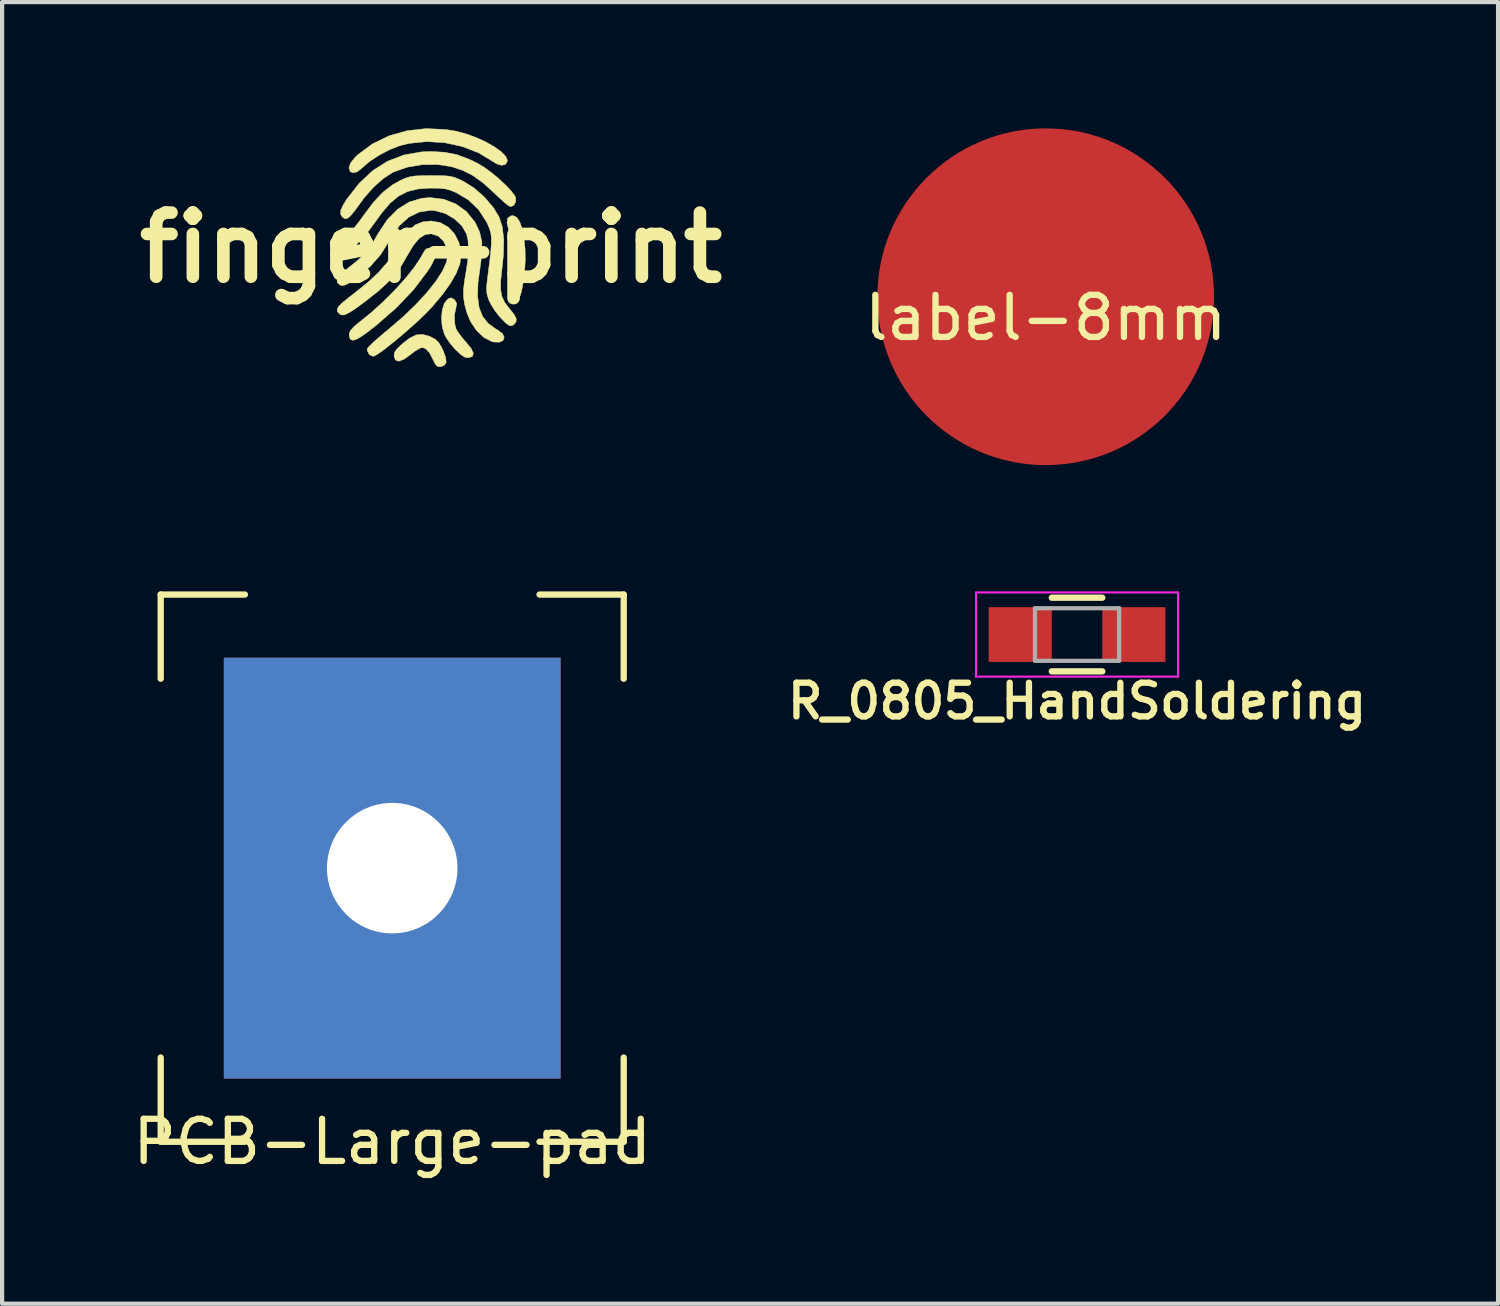
<source format=kicad_pcb>
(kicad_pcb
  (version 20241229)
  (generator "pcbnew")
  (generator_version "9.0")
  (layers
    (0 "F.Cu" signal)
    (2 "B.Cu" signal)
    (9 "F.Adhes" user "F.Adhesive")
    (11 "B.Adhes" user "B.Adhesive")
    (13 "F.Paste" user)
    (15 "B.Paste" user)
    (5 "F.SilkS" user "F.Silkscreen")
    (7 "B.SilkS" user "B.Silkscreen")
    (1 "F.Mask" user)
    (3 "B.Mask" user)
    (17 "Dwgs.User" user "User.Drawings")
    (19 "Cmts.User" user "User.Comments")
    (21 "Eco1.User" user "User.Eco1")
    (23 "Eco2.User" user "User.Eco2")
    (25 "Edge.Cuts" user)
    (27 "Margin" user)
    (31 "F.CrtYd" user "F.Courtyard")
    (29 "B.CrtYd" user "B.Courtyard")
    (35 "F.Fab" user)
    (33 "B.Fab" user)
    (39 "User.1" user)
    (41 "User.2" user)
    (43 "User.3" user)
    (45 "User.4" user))
  (footprint "R_0805_HandSoldering"
    (layer "F.Cu")
    (at 22.538 12.025)
    (property "Reference" "R_0805_HandSoldering" (at 0 1.582 0) (layer "F.SilkS") (effects (font (size 0.8 0.8) (thickness 0.15))))
    (attr smd)
    (fp_line (start -0.6 -0.875) (end 0.6 -0.875) (stroke (width 0.15) (type solid)) (layer "F.SilkS"))
    (fp_line (start 0.6 0.875) (end -0.6 0.875) (stroke (width 0.15) (type solid)) (layer "F.SilkS"))
    (fp_line (start -2.4 -1) (end -2.4 1) (stroke (width 0.05) (type solid)) (layer "F.CrtYd"))
    (fp_line (start -2.4 -1) (end 2.4 -1) (stroke (width 0.05) (type solid)) (layer "F.CrtYd"))
    (fp_line (start -2.4 1) (end 2.4 1) (stroke (width 0.05) (type solid)) (layer "F.CrtYd"))
    (fp_line (start 2.4 -1) (end 2.4 1) (stroke (width 0.05) (type solid)) (layer "F.CrtYd"))
    (fp_line (start -1 -0.625) (end 1 -0.625) (stroke (width 0.1) (type solid)) (layer "F.Fab"))
    (fp_line (start -1 0.625) (end -1 -0.625) (stroke (width 0.1) (type solid)) (layer "F.Fab"))
    (fp_line (start 1 -0.625) (end 1 0.625) (stroke (width 0.1) (type solid)) (layer "F.Fab"))
    (fp_line (start 1 0.625) (end -1 0.625) (stroke (width 0.1) (type solid)) (layer "F.Fab"))
    (pad "1" smd rect (at -1.35 0) (size 1.5 1.3) (layers "F.Cu" "F.Mask" "F.Paste"))
    (pad "2" smd rect (at 1.35 0) (size 1.5 1.3) (layers "F.Cu" "F.Mask" "F.Paste")))
  (footprint "finger-print"
    (layer "F.Cu")
    (at 7.192 2.835)
    (property "Reference" "finger-print" (at 0 0 0) (layer "F.SilkS") (effects (font (size 1.524 1.524) (thickness 0.3))))
    (attr through_hole)
    (fp_poly (pts (xy 0.535 1.221) (xy 0.567 1.25) (xy 0.609 1.326) (xy 0.591 1.422) (xy 0.554 1.604) (xy 0.562 1.804) (xy 0.592 1.925) (xy 0.643 2.013) (xy 0.733 2.132) (xy 0.828 2.242) (xy 0.953 2.396) (xy 1.004 2.509) (xy 0.98 2.583) (xy 0.889 2.616) (xy 0.807 2.604) (xy 0.711 2.543) (xy 0.584 2.425) (xy 0.467 2.291) (xy 0.366 2.149) (xy 0.314 2.053) (xy 0.262 1.867) (xy 0.246 1.667) (xy 0.265 1.477) (xy 0.316 1.319) (xy 0.397 1.219) (xy 0.398 1.218) (xy 0.469 1.189) (xy 0.535 1.221)) (stroke (width 0.01) (type solid)) (fill yes) (layer "F.SilkS"))
    (fp_poly (pts (xy 2.036 -0.722) (xy 2.108 -0.61) (xy 2.166 -0.439) (xy 2.208 -0.22) (xy 2.233 0.035) (xy 2.237 0.312) (xy 2.219 0.6) (xy 2.197 0.775) (xy 2.168 0.936) (xy 2.138 1.071) (xy 2.112 1.152) (xy 2.111 1.154) (xy 2.037 1.217) (xy 1.94 1.218) (xy 1.867 1.169) (xy 1.841 1.105) (xy 1.847 0.998) (xy 1.866 0.904) (xy 1.897 0.705) (xy 1.913 0.461) (xy 1.915 0.198) (xy 1.902 -0.057) (xy 1.876 -0.277) (xy 1.844 -0.417) (xy 1.803 -0.589) (xy 1.818 -0.7) (xy 1.889 -0.755) (xy 1.951 -0.762) (xy 2.036 -0.722)) (stroke (width 0.01) (type solid)) (fill yes) (layer "F.SilkS"))
    (fp_poly (pts (xy -0.053 2.099) (xy -0.021 2.112) (xy 0.097 2.174) (xy 0.178 2.25) (xy 0.249 2.368) (xy 0.283 2.439) (xy 0.348 2.612) (xy 0.357 2.729) (xy 0.308 2.799) (xy 0.217 2.829) (xy 0.148 2.819) (xy 0.093 2.755) (xy 0.058 2.681) (xy -0.037 2.497) (xy -0.137 2.394) (xy -0.214 2.371) (xy -0.283 2.396) (xy -0.391 2.463) (xy -0.493 2.541) (xy -0.653 2.655) (xy -0.772 2.697) (xy -0.849 2.667) (xy -0.881 2.577) (xy -0.873 2.498) (xy -0.821 2.415) (xy -0.712 2.307) (xy -0.697 2.294) (xy -0.514 2.15) (xy -0.358 2.073) (xy -0.21 2.058) (xy -0.053 2.099)) (stroke (width 0.01) (type solid)) (fill yes) (layer "F.SilkS"))
    (fp_poly (pts (xy -0.008 0.008) (xy 0.085 0.042) (xy 0.119 0.117) (xy 0.093 0.24) (xy 0.007 0.413) (xy -0.08 0.552) (xy -0.414 0.994) (xy -0.831 1.432) (xy -1.305 1.844) (xy -1.512 2.006) (xy -1.667 2.115) (xy -1.778 2.178) (xy -1.855 2.199) (xy -1.908 2.182) (xy -1.919 2.173) (xy -1.942 2.112) (xy -1.947 2.049) (xy -1.92 1.972) (xy -1.833 1.875) (xy -1.683 1.751) (xy -1.403 1.524) (xy -1.123 1.269) (xy -0.855 1) (xy -0.612 0.731) (xy -0.409 0.478) (xy -0.257 0.252) (xy -0.215 0.177) (xy -0.151 0.065) (xy -0.094 0.015) (xy -0.021 0.007) (xy -0.008 0.008)) (stroke (width 0.01) (type solid)) (fill yes) (layer "F.SilkS"))
    (fp_poly (pts (xy 0.351 -2.808) (xy 0.584 -2.77) (xy 0.828 -2.706) (xy 1.07 -2.618) (xy 1.299 -2.513) (xy 1.5 -2.399) (xy 1.662 -2.284) (xy 1.77 -2.174) (xy 1.813 -2.077) (xy 1.812 -2.059) (xy 1.768 -1.98) (xy 1.677 -1.957) (xy 1.556 -1.993) (xy 1.472 -2.046) (xy 1.128 -2.254) (xy 0.737 -2.405) (xy 0.321 -2.495) (xy -0.104 -2.521) (xy -0.518 -2.479) (xy -0.746 -2.423) (xy -0.988 -2.328) (xy -1.238 -2.196) (xy -1.467 -2.045) (xy -1.643 -1.893) (xy -1.648 -1.887) (xy -1.758 -1.802) (xy -1.86 -1.778) (xy -1.919 -1.806) (xy -1.953 -1.894) (xy -1.913 -2.012) (xy -1.802 -2.151) (xy -1.741 -2.21) (xy -1.394 -2.466) (xy -1.001 -2.657) (xy -0.572 -2.779) (xy -0.118 -2.83) (xy 0.351 -2.808)) (stroke (width 0.01) (type solid)) (fill yes) (layer "F.SilkS"))
    (fp_poly (pts (xy 0.322 -2.268) (xy 0.613 -2.21) (xy 0.906 -2.101) (xy 1.112 -2.001) (xy 1.267 -1.906) (xy 1.44 -1.779) (xy 1.615 -1.633) (xy 1.776 -1.483) (xy 1.906 -1.344) (xy 1.99 -1.231) (xy 2.009 -1.19) (xy 2.01 -1.086) (xy 1.959 -1.003) (xy 1.884 -0.974) (xy 1.834 -1.002) (xy 1.739 -1.078) (xy 1.614 -1.191) (xy 1.497 -1.303) (xy 1.236 -1.54) (xy 0.992 -1.715) (xy 0.744 -1.84) (xy 0.485 -1.925) (xy 0.149 -1.977) (xy -0.21 -1.973) (xy -0.562 -1.914) (xy -0.878 -1.804) (xy -0.922 -1.783) (xy -1.141 -1.64) (xy -1.369 -1.436) (xy -1.586 -1.191) (xy -1.68 -1.064) (xy -1.813 -0.881) (xy -1.91 -0.762) (xy -1.983 -0.7) (xy -2.041 -0.686) (xy -2.094 -0.715) (xy -2.108 -0.728) (xy -2.151 -0.8) (xy -2.145 -0.893) (xy -2.086 -1.022) (xy -2.006 -1.149) (xy -1.709 -1.53) (xy -1.386 -1.832) (xy -1.033 -2.056) (xy -0.648 -2.203) (xy -0.227 -2.277) (xy 0.001 -2.286) (xy 0.322 -2.268)) (stroke (width 0.01) (type solid)) (fill yes) (layer "F.SilkS"))
    (fp_poly (pts (xy 0.299 -1.152) (xy 0.59 -1.039) (xy 0.839 -0.859) (xy 1.036 -0.617) (xy 1.057 -0.581) (xy 1.154 -0.369) (xy 1.204 -0.144) (xy 1.209 0.114) (xy 1.171 0.425) (xy 1.168 0.445) (xy 1.114 0.833) (xy 1.105 1.155) (xy 1.14 1.419) (xy 1.223 1.631) (xy 1.356 1.8) (xy 1.54 1.933) (xy 1.577 1.952) (xy 1.694 2.039) (xy 1.736 2.127) (xy 1.712 2.201) (xy 1.628 2.244) (xy 1.492 2.241) (xy 1.44 2.228) (xy 1.251 2.131) (xy 1.078 1.966) (xy 0.935 1.752) (xy 0.85 1.545) (xy 0.795 1.344) (xy 0.769 1.165) (xy 0.77 0.98) (xy 0.798 0.76) (xy 0.825 0.607) (xy 0.869 0.317) (xy 0.887 0.051) (xy 0.877 -0.172) (xy 0.844 -0.325) (xy 0.729 -0.521) (xy 0.551 -0.688) (xy 0.334 -0.812) (xy 0.097 -0.88) (xy -0.011 -0.888) (xy -0.279 -0.848) (xy -0.526 -0.728) (xy -0.75 -0.528) (xy -0.948 -0.251) (xy -1.019 -0.121) (xy -1.2 0.166) (xy -1.445 0.444) (xy -1.73 0.691) (xy -1.832 0.763) (xy -1.973 0.852) (xy -2.067 0.895) (xy -2.133 0.898) (xy -2.163 0.887) (xy -2.23 0.829) (xy -2.234 0.756) (xy -2.173 0.661) (xy -2.041 0.537) (xy -1.93 0.449) (xy -1.739 0.296) (xy -1.593 0.158) (xy -1.472 0.01) (xy -1.353 -0.173) (xy -1.258 -0.339) (xy -1.04 -0.667) (xy -0.793 -0.916) (xy -0.52 -1.086) (xy -0.22 -1.175) (xy -0.024 -1.191) (xy 0.299 -1.152)) (stroke (width 0.01) (type solid)) (fill yes) (layer "F.SilkS"))
    (fp_poly (pts (xy 0.22 -0.596) (xy 0.408 -0.489) (xy 0.558 -0.327) (xy 0.661 -0.123) (xy 0.707 0.109) (xy 0.689 0.356) (xy 0.675 0.409) (xy 0.59 0.621) (xy 0.446 0.867) (xy 0.253 1.133) (xy 0.023 1.405) (xy -0.13 1.565) (xy -0.292 1.721) (xy -0.476 1.888) (xy -0.67 2.057) (xy -0.862 2.217) (xy -1.04 2.36) (xy -1.192 2.475) (xy -1.306 2.552) (xy -1.371 2.582) (xy -1.373 2.582) (xy -1.446 2.553) (xy -1.48 2.521) (xy -1.517 2.439) (xy -1.517 2.399) (xy -1.48 2.352) (xy -1.39 2.264) (xy -1.258 2.146) (xy -1.096 2.008) (xy -1.037 1.96) (xy -0.684 1.658) (xy -0.372 1.36) (xy -0.106 1.072) (xy 0.109 0.803) (xy 0.268 0.558) (xy 0.365 0.345) (xy 0.393 0.194) (xy 0.369 0.006) (xy 0.294 -0.158) (xy 0.18 -0.269) (xy 0.165 -0.277) (xy 0.007 -0.33) (xy -0.139 -0.314) (xy -0.279 -0.226) (xy -0.418 -0.061) (xy -0.553 0.164) (xy -0.699 0.415) (xy -0.856 0.633) (xy -1.041 0.836) (xy -1.269 1.043) (xy -1.557 1.269) (xy -1.558 1.27) (xy -1.762 1.421) (xy -1.913 1.522) (xy -2.02 1.581) (xy -2.097 1.601) (xy -2.154 1.588) (xy -2.193 1.558) (xy -2.23 1.508) (xy -2.231 1.454) (xy -2.19 1.388) (xy -2.098 1.299) (xy -1.948 1.177) (xy -1.831 1.087) (xy -1.506 0.826) (xy -1.247 0.585) (xy -1.041 0.348) (xy -0.874 0.103) (xy -0.827 0.021) (xy -0.67 -0.239) (xy -0.52 -0.426) (xy -0.366 -0.548) (xy -0.196 -0.615) (xy 0.00028 -0.635) (xy 0.001 -0.635) (xy 0.22 -0.596)) (stroke (width 0.01) (type solid)) (fill yes) (layer "F.SilkS"))
    (fp_poly (pts (xy 0.215 -1.713) (xy 0.369 -1.706) (xy 0.485 -1.69) (xy 0.587 -1.659) (xy 0.7 -1.61) (xy 0.77 -1.576) (xy 1.025 -1.416) (xy 1.27 -1.199) (xy 1.48 -0.952) (xy 1.613 -0.734) (xy 1.691 -0.499) (xy 1.726 -0.196) (xy 1.718 0.177) (xy 1.681 0.529) (xy 1.653 0.793) (xy 1.652 0.995) (xy 1.681 1.156) (xy 1.746 1.296) (xy 1.849 1.435) (xy 1.868 1.456) (xy 1.976 1.592) (xy 2.024 1.69) (xy 2.016 1.765) (xy 1.981 1.812) (xy 1.92 1.854) (xy 1.854 1.847) (xy 1.769 1.787) (xy 1.65 1.665) (xy 1.637 1.65) (xy 1.522 1.505) (xy 1.422 1.348) (xy 1.371 1.242) (xy 1.337 1.142) (xy 1.32 1.049) (xy 1.318 0.939) (xy 1.332 0.787) (xy 1.351 0.64) (xy 1.39 0.333) (xy 1.417 0.095) (xy 1.431 -0.087) (xy 1.432 -0.228) (xy 1.419 -0.341) (xy 1.391 -0.442) (xy 1.349 -0.544) (xy 1.318 -0.609) (xy 1.13 -0.902) (xy 0.884 -1.137) (xy 0.598 -1.307) (xy 0.465 -1.363) (xy 0.343 -1.396) (xy 0.202 -1.412) (xy 0.012 -1.415) (xy -0.021 -1.415) (xy -0.312 -1.395) (xy -0.558 -1.335) (xy -0.773 -1.226) (xy -0.974 -1.059) (xy -1.174 -0.825) (xy -1.299 -0.651) (xy -1.472 -0.415) (xy -1.642 -0.211) (xy -1.801 -0.048) (xy -1.939 0.064) (xy -2.047 0.117) (xy -2.082 0.119) (xy -2.177 0.074) (xy -2.218 0.029) (xy -2.235 -0.022) (xy -2.211 -0.077) (xy -2.137 -0.155) (xy -2.062 -0.22) (xy -1.949 -0.332) (xy -1.813 -0.489) (xy -1.674 -0.668) (xy -1.602 -0.769) (xy -1.37 -1.079) (xy -1.144 -1.318) (xy -0.911 -1.498) (xy -0.72 -1.604) (xy -0.608 -1.653) (xy -0.505 -1.685) (xy -0.388 -1.704) (xy -0.234 -1.712) (xy -0.021 -1.714) (xy 0.001 -1.714) (xy 0.215 -1.713)) (stroke (width 0.01) (type solid)) (fill yes) (layer "F.SilkS")))
  (footprint "label-8mm"
    (layer "F.Cu")
    (at 21.794 4)
    (property "Reference" "label-8mm" (at 0 0.5 0) (layer "F.SilkS") (effects (font (size 1 1) (thickness 0.15))))
    (attr through_hole)
    (pad "1" smd circle (at 0 0) (size 8 8) (layers "F.Cu")))
  (footprint "PCB-Large-pad"
    (layer "F.Cu")
    (at 6.268 17.575)
    (property "Reference" "PCB-Large-pad" (at 0 6.5 0) (layer "F.SilkS") (effects (font (size 1 1) (thickness 0.15))))
    (attr through_hole)
    (fp_line (start -5.5 -6.5) (end -5.5 -4.5) (stroke (width 0.15) (type solid)) (layer "F.SilkS"))
    (fp_line (start -5.5 -6.5) (end -3.5 -6.5) (stroke (width 0.15) (type solid)) (layer "F.SilkS"))
    (fp_line (start -5.5 4.5) (end -5.5 6.5) (stroke (width 0.15) (type solid)) (layer "F.SilkS"))
    (fp_line (start -5.5 6.5) (end -3.5 6.5) (stroke (width 0.15) (type solid)) (layer "F.SilkS"))
    (fp_line (start 3.5 -6.5) (end 5.5 -6.5) (stroke (width 0.15) (type solid)) (layer "F.SilkS"))
    (fp_line (start 5.5 -6.5) (end 5.5 -4.5) (stroke (width 0.15) (type solid)) (layer "F.SilkS"))
    (fp_line (start 5.5 4.5) (end 5.5 6.5) (stroke (width 0.15) (type solid)) (layer "F.SilkS"))
    (fp_line (start 5.5 6.5) (end 3.5 6.5) (stroke (width 0.15) (type solid)) (layer "F.SilkS"))
    (pad "1" thru_hole rect (at 0 0) (size 8 10) (drill 3.1) (layers "*.Cu" "F.Mask")))
  (gr_rect
    (start -3 -3)
    (end 32.54 27.923)
    (stroke (width 0.1) (type default))
    (fill no)
    (layer "Edge.Cuts")))
</source>
